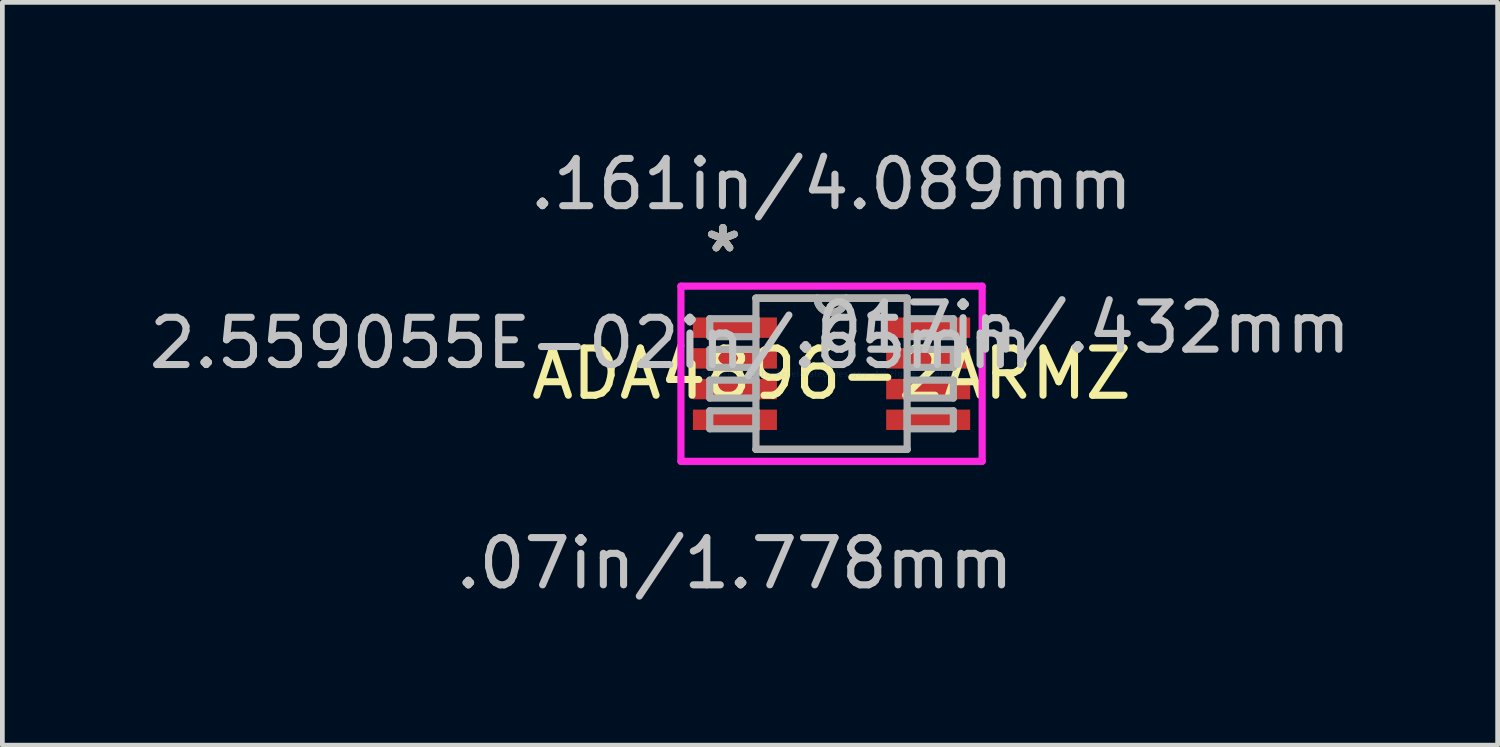
<source format=kicad_pcb>
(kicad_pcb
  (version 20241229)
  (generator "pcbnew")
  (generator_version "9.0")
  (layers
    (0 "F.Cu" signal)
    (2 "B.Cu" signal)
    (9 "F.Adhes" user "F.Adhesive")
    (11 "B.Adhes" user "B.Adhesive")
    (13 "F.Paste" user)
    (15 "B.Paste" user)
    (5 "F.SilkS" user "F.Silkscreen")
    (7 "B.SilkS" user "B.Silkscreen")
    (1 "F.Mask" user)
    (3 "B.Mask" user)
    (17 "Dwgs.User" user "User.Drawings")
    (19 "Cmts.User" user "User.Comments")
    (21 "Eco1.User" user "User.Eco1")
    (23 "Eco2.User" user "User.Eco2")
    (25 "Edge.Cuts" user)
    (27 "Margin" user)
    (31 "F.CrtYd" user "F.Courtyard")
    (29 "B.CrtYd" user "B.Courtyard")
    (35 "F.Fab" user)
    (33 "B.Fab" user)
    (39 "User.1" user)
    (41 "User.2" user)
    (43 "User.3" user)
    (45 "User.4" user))
  (footprint "ADA4896-2ARMZ"
    (layer "F.Cu")
    (at 14.551 4.861)
    (property "Reference" "ADA4896-2ARMZ" (at 0 0 0) (layer "F.SilkS") (effects (font (size 1 1) (thickness 0.15))))
    (attr through_hole)
    (fp_line (start -1.6 1.6) (end 1.6 1.6) (stroke (width 0.152) (type solid)) (layer "F.SilkS"))
    (fp_line (start 1.6 -1.6) (end -1.6 -1.6) (stroke (width 0.152) (type solid)) (layer "F.SilkS"))
    (fp_arc (start 0.3048 -1.6002) (mid 0 -1.2954) (end -0.3048 -1.6002) (stroke (width 0.1524) (type solid)) (layer "F.SilkS"))
    (fp_line (start -3.188 -1.854) (end 3.188 -1.854) (stroke (width 0.152) (type solid)) (layer "F.CrtYd"))
    (fp_line (start -3.188 1.854) (end -3.188 -1.854) (stroke (width 0.152) (type solid)) (layer "F.CrtYd"))
    (fp_line (start 3.188 -1.854) (end 3.188 1.854) (stroke (width 0.152) (type solid)) (layer "F.CrtYd"))
    (fp_line (start 3.188 1.854) (end -3.188 1.854) (stroke (width 0.152) (type solid)) (layer "F.CrtYd"))
    (fp_line (start -2.578 -1.165) (end -2.578 -0.784) (stroke (width 0.152) (type solid)) (layer "F.Fab"))
    (fp_line (start -2.578 -0.784) (end -1.6 -0.784) (stroke (width 0.152) (type solid)) (layer "F.Fab"))
    (fp_line (start -2.578 -0.515) (end -2.578 -0.135) (stroke (width 0.152) (type solid)) (layer "F.Fab"))
    (fp_line (start -2.578 -0.135) (end -1.6 -0.135) (stroke (width 0.152) (type solid)) (layer "F.Fab"))
    (fp_line (start -2.578 0.135) (end -2.578 0.515) (stroke (width 0.152) (type solid)) (layer "F.Fab"))
    (fp_line (start -2.578 0.515) (end -1.6 0.515) (stroke (width 0.152) (type solid)) (layer "F.Fab"))
    (fp_line (start -2.578 0.784) (end -2.578 1.165) (stroke (width 0.152) (type solid)) (layer "F.Fab"))
    (fp_line (start -2.578 1.165) (end -1.6 1.165) (stroke (width 0.152) (type solid)) (layer "F.Fab"))
    (fp_line (start -1.6 -1.6) (end -1.6 1.6) (stroke (width 0.152) (type solid)) (layer "F.Fab"))
    (fp_line (start -1.6 -1.165) (end -2.578 -1.165) (stroke (width 0.152) (type solid)) (layer "F.Fab"))
    (fp_line (start -1.6 -0.784) (end -1.6 -1.165) (stroke (width 0.152) (type solid)) (layer "F.Fab"))
    (fp_line (start -1.6 -0.515) (end -2.578 -0.515) (stroke (width 0.152) (type solid)) (layer "F.Fab"))
    (fp_line (start -1.6 -0.135) (end -1.6 -0.515) (stroke (width 0.152) (type solid)) (layer "F.Fab"))
    (fp_line (start -1.6 0.135) (end -2.578 0.135) (stroke (width 0.152) (type solid)) (layer "F.Fab"))
    (fp_line (start -1.6 0.515) (end -1.6 0.135) (stroke (width 0.152) (type solid)) (layer "F.Fab"))
    (fp_line (start -1.6 0.784) (end -2.578 0.784) (stroke (width 0.152) (type solid)) (layer "F.Fab"))
    (fp_line (start -1.6 1.165) (end -1.6 0.784) (stroke (width 0.152) (type solid)) (layer "F.Fab"))
    (fp_line (start -1.6 1.6) (end 1.6 1.6) (stroke (width 0.152) (type solid)) (layer "F.Fab"))
    (fp_line (start 1.6 -1.6) (end -1.6 -1.6) (stroke (width 0.152) (type solid)) (layer "F.Fab"))
    (fp_line (start 1.6 -1.165) (end 1.6 -0.784) (stroke (width 0.152) (type solid)) (layer "F.Fab"))
    (fp_line (start 1.6 -0.784) (end 2.578 -0.784) (stroke (width 0.152) (type solid)) (layer "F.Fab"))
    (fp_line (start 1.6 -0.515) (end 1.6 -0.135) (stroke (width 0.152) (type solid)) (layer "F.Fab"))
    (fp_line (start 1.6 -0.135) (end 2.578 -0.135) (stroke (width 0.152) (type solid)) (layer "F.Fab"))
    (fp_line (start 1.6 0.135) (end 1.6 0.515) (stroke (width 0.152) (type solid)) (layer "F.Fab"))
    (fp_line (start 1.6 0.515) (end 2.578 0.515) (stroke (width 0.152) (type solid)) (layer "F.Fab"))
    (fp_line (start 1.6 0.784) (end 1.6 1.165) (stroke (width 0.152) (type solid)) (layer "F.Fab"))
    (fp_line (start 1.6 1.165) (end 2.578 1.165) (stroke (width 0.152) (type solid)) (layer "F.Fab"))
    (fp_line (start 1.6 1.6) (end 1.6 -1.6) (stroke (width 0.152) (type solid)) (layer "F.Fab"))
    (fp_line (start 2.578 -1.165) (end 1.6 -1.165) (stroke (width 0.152) (type solid)) (layer "F.Fab"))
    (fp_line (start 2.578 -0.784) (end 2.578 -1.165) (stroke (width 0.152) (type solid)) (layer "F.Fab"))
    (fp_line (start 2.578 -0.515) (end 1.6 -0.515) (stroke (width 0.152) (type solid)) (layer "F.Fab"))
    (fp_line (start 2.578 -0.135) (end 2.578 -0.515) (stroke (width 0.152) (type solid)) (layer "F.Fab"))
    (fp_line (start 2.578 0.135) (end 1.6 0.135) (stroke (width 0.152) (type solid)) (layer "F.Fab"))
    (fp_line (start 2.578 0.515) (end 2.578 0.135) (stroke (width 0.152) (type solid)) (layer "F.Fab"))
    (fp_line (start 2.578 0.784) (end 1.6 0.784) (stroke (width 0.152) (type solid)) (layer "F.Fab"))
    (fp_line (start 2.578 1.165) (end 2.578 0.784) (stroke (width 0.152) (type solid)) (layer "F.Fab"))
    (fp_arc (start 0.3048 -1.6002) (mid 0 -1.2954) (end -0.3048 -1.6002) (stroke (width 0.1524) (type solid)) (layer "F.Fab"))
    (fp_text user "*" (at -2.299 -2.55 0) (layer "F.SilkS") (effects (font (size 1 1) (thickness 0.15))))
    (fp_text user "*" (at -2.299 -2.55 0) (layer "F.SilkS") (effects (font (size 1 1) (thickness 0.15))))
    (fp_text user "2.559055E-02in/.65mm" (at -5.093 -0.65 0) (layer "Dwgs.User") (effects (font (size 1 1) (thickness 0.15))))
    (fp_text user ".07in/1.778mm" (at -2.045 4.013 0) (layer "Dwgs.User") (effects (font (size 1 1) (thickness 0.15))))
    (fp_text user ".161in/4.089mm" (at 0 -4.013 0) (layer "Dwgs.User") (effects (font (size 1 1) (thickness 0.15))))
    (fp_text user ".017in/.432mm" (at 5.093 -0.975 0) (layer "Dwgs.User") (effects (font (size 1 1) (thickness 0.15))))
    (fp_text user "Copyright 2016 Accelerated Designs. All rights reserved." (at 0 0 0) (layer "Cmts.User") (effects (font (size 0.127 0.127) (thickness 0.002))))
    (fp_text user "*" (at -2.299 -2.55 0) (layer "F.Fab") (effects (font (size 1 1) (thickness 0.15))))
    (fp_text user "*" (at -2.299 -2.55 0) (layer "F.Fab") (effects (font (size 1 1) (thickness 0.15))))
    (pad "1" smd rect (at -2.045 -0.975) (size 1.778 0.432) (layers "F.Cu" "F.Mask" "F.Paste"))
    (pad "2" smd rect (at -2.045 -0.325) (size 1.778 0.432) (layers "F.Cu" "F.Mask" "F.Paste"))
    (pad "3" smd rect (at -2.045 0.325) (size 1.778 0.432) (layers "F.Cu" "F.Mask" "F.Paste"))
    (pad "4" smd rect (at -2.045 0.975) (size 1.778 0.432) (layers "F.Cu" "F.Mask" "F.Paste"))
    (pad "5" smd rect (at 2.045 0.975) (size 1.778 0.432) (layers "F.Cu" "F.Mask" "F.Paste"))
    (pad "6" smd rect (at 2.045 0.325) (size 1.778 0.432) (layers "F.Cu" "F.Mask" "F.Paste"))
    (pad "7" smd rect (at 2.045 -0.325) (size 1.778 0.432) (layers "F.Cu" "F.Mask" "F.Paste"))
    (pad "8" smd rect (at 2.045 -0.975) (size 1.778 0.432) (layers "F.Cu" "F.Mask" "F.Paste")))
  (gr_rect
    (start -3 -3)
    (end 28.65 12.723)
    (stroke (width 0.1) (type default))
    (fill no)
    (layer "Edge.Cuts")))
</source>
